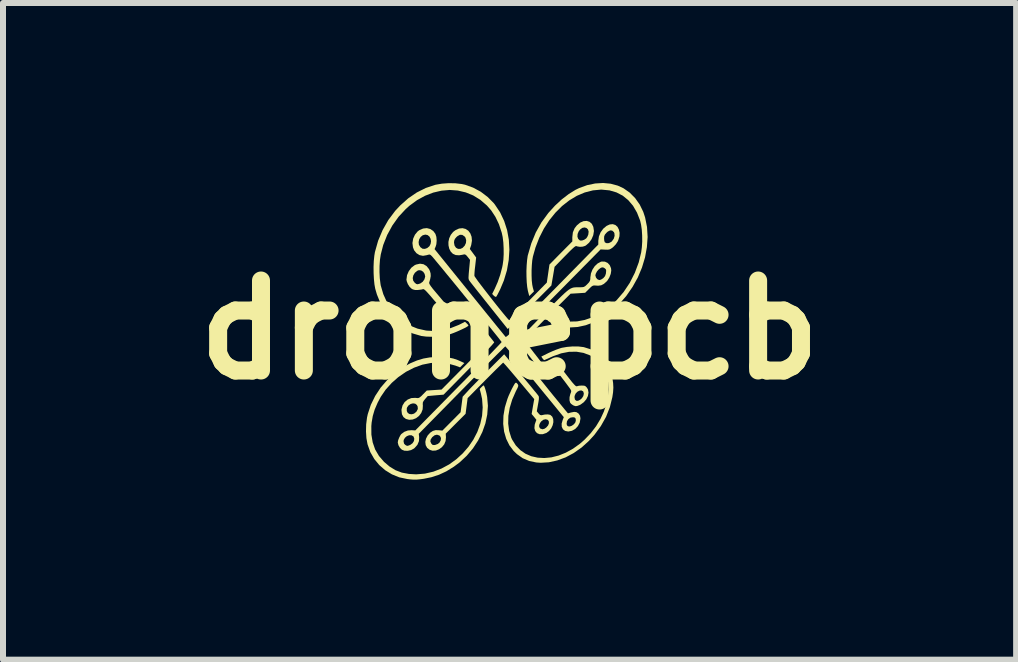
<source format=kicad_pcb>
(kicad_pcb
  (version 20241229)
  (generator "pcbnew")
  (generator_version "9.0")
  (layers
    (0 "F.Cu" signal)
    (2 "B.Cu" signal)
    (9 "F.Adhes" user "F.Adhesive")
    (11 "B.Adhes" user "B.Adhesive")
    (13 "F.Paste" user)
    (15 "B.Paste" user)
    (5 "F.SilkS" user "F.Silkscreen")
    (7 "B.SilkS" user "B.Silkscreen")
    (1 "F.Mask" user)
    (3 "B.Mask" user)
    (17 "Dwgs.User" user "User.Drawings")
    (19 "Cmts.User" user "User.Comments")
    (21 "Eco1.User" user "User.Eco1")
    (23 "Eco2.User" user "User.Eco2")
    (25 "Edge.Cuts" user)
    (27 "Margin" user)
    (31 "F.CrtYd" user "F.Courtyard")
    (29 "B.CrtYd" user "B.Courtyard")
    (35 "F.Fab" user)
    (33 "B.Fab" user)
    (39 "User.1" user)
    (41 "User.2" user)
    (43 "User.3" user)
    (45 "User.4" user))
  (footprint "dronepcb"
    (layer "F.Cu")
    (at 5.443 2.447)
    (property "Reference" "dronepcb" (at 0 0 0) (layer "F.SilkS") (effects (font (size 1.5 1.5) (thickness 0.3))))
    (attr board_only exclude_from_pos_files exclude_from_bom)
    (fp_poly (pts (xy -1.096 0.454) (xy -1.012 0.463) (xy -0.937 0.479) (xy -0.864 0.504) (xy -0.818 0.524) (xy -0.753 0.554) (xy -0.789 0.59) (xy -0.825 0.626) (xy -0.902 0.597) (xy -1.035 0.56) (xy -1.172 0.545) (xy -1.312 0.553) (xy -1.453 0.581) (xy -1.591 0.631) (xy -1.726 0.7) (xy -1.855 0.789) (xy -1.964 0.885) (xy -2.065 0.997) (xy -2.147 1.117) (xy -2.199 1.215) (xy -2.248 1.329) (xy -2.28 1.437) (xy -2.299 1.547) (xy -2.304 1.605) (xy -2.303 1.747) (xy -2.281 1.877) (xy -2.24 1.995) (xy -2.177 2.102) (xy -2.093 2.2) (xy -2.093 2.2) (xy -1.999 2.28) (xy -1.901 2.34) (xy -1.796 2.38) (xy -1.678 2.402) (xy -1.557 2.409) (xy -1.411 2.397) (xy -1.269 2.364) (xy -1.134 2.312) (xy -1.006 2.243) (xy -0.888 2.158) (xy -0.781 2.06) (xy -0.686 1.951) (xy -0.604 1.831) (xy -0.538 1.704) (xy -0.489 1.571) (xy -0.458 1.433) (xy -0.448 1.294) (xy -0.458 1.154) (xy -0.477 1.065) (xy -0.498 0.986) (xy -0.469 0.956) (xy -0.448 0.936) (xy -0.433 0.926) (xy -0.432 0.926) (xy -0.424 0.936) (xy -0.412 0.965) (xy -0.399 1.007) (xy -0.386 1.056) (xy -0.376 1.106) (xy -0.373 1.124) (xy -0.361 1.267) (xy -0.372 1.413) (xy -0.403 1.56) (xy -0.454 1.704) (xy -0.524 1.844) (xy -0.61 1.976) (xy -0.713 2.098) (xy -0.83 2.208) (xy -0.929 2.282) (xy -1.054 2.359) (xy -1.177 2.416) (xy -1.303 2.457) (xy -1.43 2.483) (xy -1.499 2.492) (xy -1.552 2.497) (xy -1.601 2.497) (xy -1.655 2.493) (xy -1.705 2.487) (xy -1.838 2.459) (xy -1.961 2.409) (xy -2.073 2.34) (xy -2.172 2.254) (xy -2.255 2.153) (xy -2.321 2.038) (xy -2.366 1.912) (xy -2.368 1.904) (xy -2.386 1.805) (xy -2.393 1.693) (xy -2.39 1.576) (xy -2.376 1.464) (xy -2.363 1.404) (xy -2.312 1.25) (xy -2.24 1.103) (xy -2.148 0.963) (xy -2.038 0.836) (xy -1.915 0.722) (xy -1.778 0.625) (xy -1.657 0.559) (xy -1.543 0.511) (xy -1.437 0.479) (xy -1.329 0.46) (xy -1.212 0.453) (xy -1.196 0.453)) (stroke (width 0) (type solid)) (fill yes) (layer "F.SilkS"))
    (fp_poly (pts (xy 1.149 0.278) (xy 1.233 0.288) (xy 1.241 0.29) (xy 1.35 0.324) (xy 1.449 0.379) (xy 1.536 0.453) (xy 1.609 0.542) (xy 1.666 0.645) (xy 1.705 0.759) (xy 1.713 0.8) (xy 1.726 0.887) (xy 1.73 0.964) (xy 1.725 1.043) (xy 1.713 1.123) (xy 1.672 1.289) (xy 1.608 1.451) (xy 1.521 1.605) (xy 1.414 1.751) (xy 1.322 1.852) (xy 1.2 1.962) (xy 1.069 2.054) (xy 0.934 2.126) (xy 0.795 2.177) (xy 0.655 2.208) (xy 0.517 2.216) (xy 0.445 2.211) (xy 0.327 2.186) (xy 0.219 2.14) (xy 0.123 2.072) (xy 0.069 2.02) (xy -0.003 1.925) (xy -0.056 1.817) (xy -0.091 1.697) (xy -0.106 1.568) (xy -0.102 1.432) (xy -0.078 1.291) (xy -0.036 1.153) (xy -0.016 1.101) (xy 0.01 1.044) (xy 0.037 0.987) (xy 0.063 0.938) (xy 0.085 0.9) (xy 0.098 0.884) (xy 0.113 0.882) (xy 0.132 0.901) (xy 0.141 0.915) (xy 0.145 0.929) (xy 0.142 0.947) (xy 0.13 0.975) (xy 0.108 1.018) (xy 0.103 1.028) (xy 0.044 1.163) (xy 0.003 1.299) (xy -0.02 1.433) (xy -0.023 1.563) (xy -0.007 1.685) (xy 0.028 1.798) (xy 0.043 1.83) (xy 0.104 1.927) (xy 0.179 2.005) (xy 0.265 2.065) (xy 0.362 2.107) (xy 0.468 2.131) (xy 0.58 2.137) (xy 0.697 2.126) (xy 0.817 2.096) (xy 0.937 2.048) (xy 1.057 1.982) (xy 1.174 1.898) (xy 1.25 1.831) (xy 1.354 1.722) (xy 1.442 1.607) (xy 1.515 1.486) (xy 1.572 1.362) (xy 1.613 1.237) (xy 1.639 1.114) (xy 1.649 0.993) (xy 1.643 0.877) (xy 1.62 0.767) (xy 1.581 0.667) (xy 1.526 0.578) (xy 1.454 0.501) (xy 1.365 0.439) (xy 1.344 0.427) (xy 1.233 0.385) (xy 1.115 0.365) (xy 0.99 0.367) (xy 0.861 0.392) (xy 0.728 0.439) (xy 0.687 0.457) (xy 0.642 0.478) (xy 0.605 0.494) (xy 0.582 0.504) (xy 0.577 0.505) (xy 0.565 0.496) (xy 0.548 0.475) (xy 0.529 0.446) (xy 0.652 0.385) (xy 0.714 0.357) (xy 0.78 0.33) (xy 0.84 0.309) (xy 0.87 0.3) (xy 0.957 0.285) (xy 1.053 0.277)) (stroke (width 0) (type solid)) (fill yes) (layer "F.SilkS"))
    (fp_poly (pts (xy 1.685 -2.435) (xy 1.804 -2.403) (xy 1.899 -2.359) (xy 2.002 -2.287) (xy 2.093 -2.195) (xy 2.169 -2.088) (xy 2.228 -1.967) (xy 2.259 -1.873) (xy 2.291 -1.713) (xy 2.301 -1.547) (xy 2.289 -1.378) (xy 2.258 -1.207) (xy 2.207 -1.038) (xy 2.138 -0.873) (xy 2.05 -0.715) (xy 1.946 -0.565) (xy 1.826 -0.427) (xy 1.787 -0.387) (xy 1.664 -0.282) (xy 1.536 -0.195) (xy 1.403 -0.126) (xy 1.269 -0.076) (xy 1.135 -0.047) (xy 1.005 -0.039) (xy 0.932 -0.044) (xy 0.888 -0.053) (xy 0.837 -0.067) (xy 0.783 -0.084) (xy 0.731 -0.104) (xy 0.686 -0.123) (xy 0.653 -0.14) (xy 0.638 -0.154) (xy 0.637 -0.156) (xy 0.645 -0.169) (xy 0.665 -0.19) (xy 0.67 -0.196) (xy 0.704 -0.228) (xy 0.768 -0.197) (xy 0.88 -0.156) (xy 0.999 -0.137) (xy 1.124 -0.14) (xy 1.251 -0.164) (xy 1.38 -0.208) (xy 1.507 -0.273) (xy 1.632 -0.357) (xy 1.65 -0.371) (xy 1.783 -0.492) (xy 1.902 -0.631) (xy 2.004 -0.784) (xy 2.088 -0.95) (xy 2.153 -1.124) (xy 2.194 -1.292) (xy 2.205 -1.376) (xy 2.211 -1.471) (xy 2.21 -1.57) (xy 2.204 -1.666) (xy 2.192 -1.752) (xy 2.176 -1.821) (xy 2.124 -1.953) (xy 2.058 -2.067) (xy 1.978 -2.161) (xy 1.886 -2.236) (xy 1.782 -2.29) (xy 1.666 -2.324) (xy 1.54 -2.336) (xy 1.527 -2.337) (xy 1.389 -2.324) (xy 1.253 -2.289) (xy 1.121 -2.233) (xy 0.995 -2.157) (xy 0.875 -2.063) (xy 0.764 -1.952) (xy 0.663 -1.827) (xy 0.572 -1.687) (xy 0.495 -1.535) (xy 0.432 -1.372) (xy 0.389 -1.22) (xy 0.378 -1.156) (xy 0.371 -1.077) (xy 0.367 -0.991) (xy 0.367 -0.904) (xy 0.37 -0.822) (xy 0.378 -0.752) (xy 0.387 -0.707) (xy 0.406 -0.639) (xy 0.367 -0.601) (xy 0.328 -0.563) (xy 0.305 -0.651) (xy 0.294 -0.714) (xy 0.286 -0.794) (xy 0.282 -0.886) (xy 0.281 -0.981) (xy 0.285 -1.075) (xy 0.292 -1.161) (xy 0.302 -1.232) (xy 0.305 -1.244) (xy 0.362 -1.44) (xy 0.437 -1.622) (xy 0.531 -1.79) (xy 0.646 -1.947) (xy 0.757 -2.069) (xy 0.869 -2.173) (xy 0.985 -2.262) (xy 1.099 -2.333) (xy 1.161 -2.363) (xy 1.293 -2.411) (xy 1.427 -2.439) (xy 1.559 -2.447)) (stroke (width 0) (type solid)) (fill yes) (layer "F.SilkS"))
    (fp_poly (pts (xy -0.903 -2.442) (xy -0.797 -2.43) (xy -0.742 -2.418) (xy -0.608 -2.37) (xy -0.48 -2.301) (xy -0.364 -2.213) (xy -0.263 -2.111) (xy -0.246 -2.089) (xy -0.158 -1.958) (xy -0.09 -1.814) (xy -0.041 -1.661) (xy -0.012 -1.5) (xy -0.003 -1.333) (xy -0.014 -1.163) (xy -0.044 -0.991) (xy -0.095 -0.821) (xy -0.155 -0.678) (xy -0.18 -0.628) (xy -0.201 -0.587) (xy -0.217 -0.559) (xy -0.225 -0.549) (xy -0.241 -0.552) (xy -0.262 -0.568) (xy -0.264 -0.57) (xy -0.29 -0.598) (xy -0.247 -0.684) (xy -0.198 -0.795) (xy -0.155 -0.919) (xy -0.122 -1.046) (xy -0.114 -1.088) (xy -0.103 -1.168) (xy -0.098 -1.262) (xy -0.099 -1.361) (xy -0.104 -1.458) (xy -0.115 -1.547) (xy -0.13 -1.617) (xy -0.177 -1.76) (xy -0.236 -1.883) (xy -0.307 -1.991) (xy -0.378 -2.072) (xy -0.487 -2.166) (xy -0.605 -2.239) (xy -0.73 -2.29) (xy -0.862 -2.321) (xy -0.997 -2.331) (xy -1.135 -2.319) (xy -1.272 -2.287) (xy -1.409 -2.234) (xy -1.542 -2.161) (xy -1.67 -2.067) (xy -1.73 -2.013) (xy -1.85 -1.884) (xy -1.954 -1.738) (xy -2.04 -1.58) (xy -2.106 -1.413) (xy -2.147 -1.254) (xy -2.16 -1.167) (xy -2.167 -1.067) (xy -2.168 -0.962) (xy -2.163 -0.86) (xy -2.152 -0.77) (xy -2.147 -0.739) (xy -2.104 -0.593) (xy -2.042 -0.456) (xy -1.963 -0.33) (xy -1.881 -0.235) (xy -1.775 -0.142) (xy -1.659 -0.07) (xy -1.532 -0.019) (xy -1.393 0.012) (xy -1.374 0.014) (xy -1.248 0.02) (xy -1.115 0.005) (xy -0.98 -0.029) (xy -0.848 -0.081) (xy -0.825 -0.092) (xy -0.743 -0.134) (xy -0.714 -0.107) (xy -0.694 -0.086) (xy -0.685 -0.071) (xy -0.685 -0.07) (xy -0.696 -0.06) (xy -0.724 -0.042) (xy -0.766 -0.021) (xy -0.817 0.003) (xy -0.873 0.028) (xy -0.929 0.051) (xy -0.981 0.07) (xy -1.024 0.084) (xy -1.028 0.085) (xy -1.111 0.101) (xy -1.205 0.112) (xy -1.301 0.116) (xy -1.391 0.113) (xy -1.468 0.103) (xy -1.47 0.103) (xy -1.616 0.06) (xy -1.75 -0.002) (xy -1.871 -0.085) (xy -1.979 -0.186) (xy -2.072 -0.304) (xy -2.15 -0.439) (xy -2.211 -0.589) (xy -2.239 -0.685) (xy -2.252 -0.757) (xy -2.261 -0.846) (xy -2.266 -0.945) (xy -2.267 -1.047) (xy -2.263 -1.146) (xy -2.254 -1.235) (xy -2.244 -1.296) (xy -2.191 -1.484) (xy -2.116 -1.662) (xy -2.022 -1.828) (xy -1.907 -1.982) (xy -1.821 -2.074) (xy -1.688 -2.192) (xy -1.546 -2.289) (xy -1.396 -2.364) (xy -1.239 -2.416) (xy -1.231 -2.418) (xy -1.128 -2.436) (xy -1.016 -2.444)) (stroke (width 0) (type solid)) (fill yes) (layer "F.SilkS"))
    (fp_poly (pts (xy 0.187 0.741) (xy 0.251 0.819) (xy 0.311 0.891) (xy 0.365 0.956) (xy 0.41 1.012) (xy 0.446 1.055) (xy 0.47 1.085) (xy 0.479 1.097) (xy 0.487 1.111) (xy 0.489 1.131) (xy 0.488 1.16) (xy 0.481 1.206) (xy 0.475 1.239) (xy 0.454 1.358) (xy 0.483 1.394) (xy 0.508 1.419) (xy 0.531 1.424) (xy 0.535 1.423) (xy 0.589 1.412) (xy 0.638 1.41) (xy 0.676 1.417) (xy 0.68 1.419) (xy 0.712 1.448) (xy 0.728 1.49) (xy 0.73 1.54) (xy 0.718 1.592) (xy 0.694 1.643) (xy 0.658 1.687) (xy 0.614 1.719) (xy 0.553 1.74) (xy 0.5 1.74) (xy 0.457 1.722) (xy 0.428 1.688) (xy 0.414 1.64) (xy 0.416 1.618) (xy 0.494 1.618) (xy 0.509 1.643) (xy 0.514 1.646) (xy 0.548 1.658) (xy 0.582 1.649) (xy 0.611 1.629) (xy 0.642 1.594) (xy 0.656 1.558) (xy 0.654 1.525) (xy 0.637 1.501) (xy 0.604 1.491) (xy 0.6 1.491) (xy 0.564 1.499) (xy 0.532 1.522) (xy 0.508 1.553) (xy 0.494 1.587) (xy 0.494 1.618) (xy 0.416 1.618) (xy 0.419 1.582) (xy 0.426 1.559) (xy 0.447 1.5) (xy 0.408 1.451) (xy 0.368 1.403) (xy 0.389 1.279) (xy 0.411 1.155) (xy 0.156 0.851) (xy 0.095 0.778) (xy 0.039 0.712) (xy -0.011 0.653) (xy -0.052 0.606) (xy -0.083 0.571) (xy -0.102 0.551) (xy -0.106 0.547) (xy -0.116 0.555) (xy -0.141 0.579) (xy -0.179 0.616) (xy -0.228 0.664) (xy -0.285 0.721) (xy -0.35 0.786) (xy -0.407 0.843) (xy -0.699 1.139) (xy -0.716 1.27) (xy -0.733 1.4) (xy -0.899 1.566) (xy -1.064 1.731) (xy -1.06 1.791) (xy -1.066 1.853) (xy -1.089 1.909) (xy -1.127 1.956) (xy -1.175 1.991) (xy -1.228 2.012) (xy -1.284 2.015) (xy -1.332 2) (xy -1.374 1.967) (xy -1.398 1.922) (xy -1.404 1.87) (xy -1.403 1.862) (xy -1.32 1.862) (xy -1.304 1.897) (xy -1.303 1.898) (xy -1.285 1.917) (xy -1.261 1.921) (xy -1.24 1.919) (xy -1.197 1.903) (xy -1.169 1.881) (xy -1.147 1.842) (xy -1.143 1.804) (xy -1.159 1.771) (xy -1.171 1.761) (xy -1.21 1.748) (xy -1.25 1.758) (xy -1.29 1.79) (xy -1.292 1.793) (xy -1.316 1.83) (xy -1.32 1.862) (xy -1.403 1.862) (xy -1.393 1.815) (xy -1.365 1.761) (xy -1.322 1.714) (xy -1.278 1.685) (xy -1.232 1.672) (xy -1.174 1.674) (xy -1.173 1.674) (xy -1.12 1.68) (xy -0.968 1.527) (xy -0.816 1.374) (xy -0.799 1.245) (xy -0.782 1.115) (xy -0.698 1.024) (xy -0.668 0.991) (xy -0.624 0.945) (xy -0.568 0.888) (xy -0.505 0.824) (xy -0.437 0.755) (xy -0.367 0.684) (xy -0.352 0.67) (xy -0.09 0.408)) (stroke (width 0) (type solid)) (fill yes) (layer "F.SilkS"))
    (fp_poly (pts (xy 1.333 -1.8) (xy 1.371 -1.767) (xy 1.396 -1.716) (xy 1.406 -1.65) (xy 1.406 -1.644) (xy 1.395 -1.577) (xy 1.367 -1.511) (xy 1.325 -1.452) (xy 1.273 -1.407) (xy 1.26 -1.399) (xy 1.219 -1.386) (xy 1.171 -1.383) (xy 1.129 -1.39) (xy 1.118 -1.394) (xy 1.109 -1.396) (xy 1.095 -1.391) (xy 1.076 -1.377) (xy 1.048 -1.352) (xy 1.009 -1.315) (xy 0.958 -1.263) (xy 0.923 -1.228) (xy 0.75 -1.05) (xy 0.724 -0.895) (xy 0.697 -0.739) (xy 0.333 -0.376) (xy -0.03 -0.013) (xy -0.337 -0.398) (xy -0.404 -0.482) (xy -0.467 -0.562) (xy -0.525 -0.634) (xy -0.575 -0.697) (xy -0.616 -0.749) (xy -0.646 -0.787) (xy -0.663 -0.81) (xy -0.666 -0.813) (xy -0.675 -0.827) (xy -0.681 -0.842) (xy -0.684 -0.863) (xy -0.683 -0.894) (xy -0.68 -0.94) (xy -0.674 -1.005) (xy -0.674 -1.005) (xy -0.659 -1.165) (xy -0.698 -1.215) (xy -0.724 -1.245) (xy -0.744 -1.257) (xy -0.762 -1.256) (xy -0.79 -1.25) (xy -0.828 -1.244) (xy -0.841 -1.242) (xy -0.898 -1.246) (xy -0.945 -1.267) (xy -0.981 -1.304) (xy -1.005 -1.351) (xy -1.018 -1.407) (xy -1.019 -1.453) (xy -0.926 -1.453) (xy -0.917 -1.404) (xy -0.893 -1.368) (xy -0.859 -1.349) (xy -0.819 -1.349) (xy -0.784 -1.365) (xy -0.748 -1.402) (xy -0.727 -1.447) (xy -0.723 -1.495) (xy -0.736 -1.538) (xy -0.751 -1.557) (xy -0.788 -1.582) (xy -0.827 -1.584) (xy -0.868 -1.561) (xy -0.885 -1.546) (xy -0.911 -1.515) (xy -0.923 -1.485) (xy -0.926 -1.453) (xy -1.019 -1.453) (xy -1.019 -1.466) (xy -1.006 -1.526) (xy -0.98 -1.582) (xy -0.941 -1.631) (xy -0.903 -1.66) (xy -0.842 -1.688) (xy -0.784 -1.694) (xy -0.732 -1.681) (xy -0.687 -1.651) (xy -0.654 -1.607) (xy -0.633 -1.551) (xy -0.627 -1.486) (xy -0.639 -1.414) (xy -0.643 -1.401) (xy -0.662 -1.347) (xy -0.609 -1.276) (xy -0.557 -1.205) (xy -0.573 -1.062) (xy -0.58 -1.005) (xy -0.584 -0.954) (xy -0.586 -0.917) (xy -0.586 -0.898) (xy -0.578 -0.884) (xy -0.557 -0.854) (xy -0.526 -0.81) (xy -0.485 -0.756) (xy -0.437 -0.693) (xy -0.384 -0.625) (xy -0.328 -0.553) (xy -0.271 -0.48) (xy -0.215 -0.409) (xy -0.162 -0.343) (xy -0.113 -0.283) (xy -0.071 -0.232) (xy -0.038 -0.193) (xy -0.015 -0.168) (xy -0.005 -0.16) (xy 0.006 -0.169) (xy 0.031 -0.193) (xy 0.07 -0.23) (xy 0.12 -0.279) (xy 0.178 -0.338) (xy 0.244 -0.404) (xy 0.314 -0.475) (xy 0.621 -0.787) (xy 0.643 -0.938) (xy 0.665 -1.088) (xy 0.855 -1.281) (xy 1.046 -1.473) (xy 1.046 -1.543) (xy 1.047 -1.552) (xy 1.131 -1.552) (xy 1.144 -1.515) (xy 1.17 -1.491) (xy 1.178 -1.488) (xy 1.208 -1.488) (xy 1.244 -1.501) (xy 1.277 -1.523) (xy 1.295 -1.548) (xy 1.31 -1.582) (xy 1.312 -1.587) (xy 1.318 -1.636) (xy 1.307 -1.673) (xy 1.282 -1.697) (xy 1.25 -1.706) (xy 1.213 -1.699) (xy 1.177 -1.673) (xy 1.153 -1.643) (xy 1.134 -1.597) (xy 1.131 -1.552) (xy 1.047 -1.552) (xy 1.055 -1.624) (xy 1.084 -1.692) (xy 1.122 -1.741) (xy 1.177 -1.787) (xy 1.233 -1.811) (xy 1.286 -1.815)) (stroke (width 0) (type solid)) (fill yes) (layer "F.SilkS"))
    (fp_poly (pts (xy -1.434 -1.093) (xy -1.383 -1.062) (xy -1.343 -1.012) (xy -1.327 -0.978) (xy -1.316 -0.938) (xy -1.314 -0.895) (xy -1.323 -0.845) (xy -1.34 -0.787) (xy -1.339 -0.774) (xy -1.33 -0.754) (xy -1.31 -0.724) (xy -1.278 -0.682) (xy -1.231 -0.626) (xy -1.209 -0.6) (xy -1.071 -0.437) (xy -0.929 -0.441) (xy -0.787 -0.446) (xy -0.523 -0.124) (xy -0.461 -0.049) (xy -0.404 0.022) (xy -0.353 0.084) (xy -0.312 0.136) (xy -0.28 0.176) (xy -0.261 0.201) (xy -0.256 0.21) (xy -0.264 0.22) (xy -0.287 0.247) (xy -0.323 0.287) (xy -0.372 0.338) (xy -0.432 0.401) (xy -0.5 0.472) (xy -0.576 0.55) (xy -0.658 0.633) (xy -0.677 0.651) (xy -1.1 1.081) (xy -1.232 1.092) (xy -1.364 1.104) (xy -1.408 1.154) (xy -1.433 1.186) (xy -1.445 1.21) (xy -1.447 1.239) (xy -1.445 1.262) (xy -1.449 1.327) (xy -1.472 1.386) (xy -1.509 1.435) (xy -1.558 1.473) (xy -1.614 1.495) (xy -1.673 1.5) (xy -1.727 1.486) (xy -1.769 1.454) (xy -1.794 1.407) (xy -1.8 1.353) (xy -1.713 1.353) (xy -1.697 1.385) (xy -1.668 1.404) (xy -1.631 1.408) (xy -1.592 1.397) (xy -1.556 1.368) (xy -1.551 1.362) (xy -1.529 1.32) (xy -1.532 1.278) (xy -1.545 1.253) (xy -1.573 1.231) (xy -1.61 1.226) (xy -1.648 1.236) (xy -1.683 1.259) (xy -1.707 1.292) (xy -1.713 1.31) (xy -1.713 1.353) (xy -1.8 1.353) (xy -1.801 1.344) (xy -1.801 1.327) (xy -1.784 1.261) (xy -1.749 1.205) (xy -1.699 1.163) (xy -1.638 1.138) (xy -1.571 1.134) (xy -1.564 1.135) (xy -1.535 1.138) (xy -1.513 1.135) (xy -1.494 1.124) (xy -1.468 1.102) (xy -1.444 1.077) (xy -1.38 1.012) (xy -1.257 1.004) (xy -1.134 0.996) (xy -0.858 0.717) (xy -0.786 0.644) (xy -0.713 0.57) (xy -0.644 0.5) (xy -0.581 0.436) (xy -0.528 0.382) (xy -0.487 0.34) (xy -0.477 0.33) (xy -0.371 0.221) (xy -0.602 -0.055) (xy -0.66 -0.124) (xy -0.713 -0.188) (xy -0.759 -0.243) (xy -0.796 -0.287) (xy -0.822 -0.318) (xy -0.836 -0.334) (xy -0.837 -0.336) (xy -0.851 -0.338) (xy -0.882 -0.339) (xy -0.925 -0.339) (xy -0.973 -0.337) (xy -1.02 -0.335) (xy -1.06 -0.333) (xy -1.086 -0.33) (xy -1.089 -0.329) (xy -1.101 -0.33) (xy -1.116 -0.339) (xy -1.137 -0.357) (xy -1.167 -0.388) (xy -1.207 -0.434) (xy -1.26 -0.496) (xy -1.268 -0.505) (xy -1.323 -0.57) (xy -1.366 -0.618) (xy -1.397 -0.651) (xy -1.419 -0.67) (xy -1.434 -0.678) (xy -1.441 -0.678) (xy -1.464 -0.672) (xy -1.5 -0.667) (xy -1.527 -0.664) (xy -1.575 -0.664) (xy -1.611 -0.673) (xy -1.633 -0.685) (xy -1.666 -0.716) (xy -1.695 -0.761) (xy -1.714 -0.81) (xy -1.719 -0.839) (xy -1.715 -0.862) (xy -1.614 -0.862) (xy -1.606 -0.819) (xy -1.581 -0.785) (xy -1.556 -0.765) (xy -1.536 -0.759) (xy -1.51 -0.765) (xy -1.485 -0.774) (xy -1.447 -0.801) (xy -1.419 -0.841) (xy -1.407 -0.885) (xy -1.406 -0.888) (xy -1.416 -0.932) (xy -1.439 -0.967) (xy -1.473 -0.989) (xy -1.51 -0.994) (xy -1.536 -0.985) (xy -1.578 -0.951) (xy -1.604 -0.908) (xy -1.614 -0.862) (xy -1.715 -0.862) (xy -1.709 -0.91) (xy -1.68 -0.977) (xy -1.637 -1.035) (xy -1.582 -1.077) (xy -1.557 -1.088) (xy -1.493 -1.102)) (stroke (width 0) (type solid)) (fill yes) (layer "F.SilkS"))
    (fp_poly (pts (xy 1.589 -1.136) (xy 1.635 -1.115) (xy 1.67 -1.077) (xy 1.691 -1.026) (xy 1.695 -0.988) (xy 1.686 -0.931) (xy 1.662 -0.87) (xy 1.629 -0.818) (xy 1.619 -0.807) (xy 1.572 -0.765) (xy 1.527 -0.742) (xy 1.476 -0.735) (xy 1.448 -0.737) (xy 1.415 -0.739) (xy 1.393 -0.737) (xy 1.372 -0.726) (xy 1.347 -0.704) (xy 1.323 -0.68) (xy 1.26 -0.617) (xy 1.139 -0.609) (xy 1.017 -0.602) (xy 0.634 -0.22) (xy 0.555 -0.141) (xy 0.482 -0.066) (xy 0.416 0.002) (xy 0.359 0.061) (xy 0.313 0.11) (xy 0.279 0.147) (xy 0.26 0.17) (xy 0.255 0.178) (xy 0.263 0.191) (xy 0.284 0.221) (xy 0.316 0.264) (xy 0.357 0.318) (xy 0.404 0.38) (xy 0.451 0.44) (xy 0.643 0.687) (xy 0.765 0.68) (xy 0.887 0.673) (xy 0.994 0.811) (xy 1.041 0.871) (xy 1.077 0.912) (xy 1.102 0.936) (xy 1.117 0.942) (xy 1.118 0.942) (xy 1.157 0.932) (xy 1.202 0.929) (xy 1.242 0.931) (xy 1.261 0.937) (xy 1.284 0.958) (xy 1.304 0.989) (xy 1.306 0.994) (xy 1.316 1.046) (xy 1.306 1.103) (xy 1.279 1.158) (xy 1.237 1.207) (xy 1.184 1.246) (xy 1.163 1.256) (xy 1.125 1.27) (xy 1.098 1.272) (xy 1.07 1.263) (xy 1.055 1.255) (xy 1.027 1.235) (xy 1.01 1.215) (xy 0.999 1.175) (xy 1 1.124) (xy 1 1.122) (xy 1.082 1.122) (xy 1.089 1.161) (xy 1.11 1.182) (xy 1.14 1.184) (xy 1.176 1.166) (xy 1.205 1.141) (xy 1.229 1.104) (xy 1.238 1.065) (xy 1.23 1.033) (xy 1.224 1.024) (xy 1.195 1.01) (xy 1.162 1.015) (xy 1.129 1.033) (xy 1.101 1.063) (xy 1.085 1.1) (xy 1.082 1.122) (xy 1 1.122) (xy 1.012 1.073) (xy 1.016 1.062) (xy 1.023 1.044) (xy 1.027 1.029) (xy 1.026 1.014) (xy 1.017 0.995) (xy 0.998 0.967) (xy 0.969 0.928) (xy 0.932 0.878) (xy 0.847 0.767) (xy 0.726 0.775) (xy 0.604 0.783) (xy 0.372 0.492) (xy 0.315 0.42) (xy 0.263 0.353) (xy 0.217 0.294) (xy 0.181 0.246) (xy 0.155 0.21) (xy 0.141 0.19) (xy 0.14 0.187) (xy 0.148 0.175) (xy 0.171 0.149) (xy 0.208 0.109) (xy 0.257 0.056) (xy 0.317 -0.006) (xy 0.386 -0.077) (xy 0.462 -0.155) (xy 0.544 -0.239) (xy 0.564 -0.259) (xy 0.661 -0.357) (xy 0.744 -0.441) (xy 0.812 -0.509) (xy 0.869 -0.565) (xy 0.917 -0.61) (xy 0.956 -0.644) (xy 0.988 -0.669) (xy 1.017 -0.687) (xy 1.042 -0.698) (xy 1.067 -0.705) (xy 1.092 -0.708) (xy 1.12 -0.709) (xy 1.153 -0.709) (xy 1.167 -0.709) (xy 1.21 -0.71) (xy 1.238 -0.715) (xy 1.261 -0.728) (xy 1.287 -0.752) (xy 1.296 -0.761) (xy 1.325 -0.792) (xy 1.34 -0.818) (xy 1.346 -0.846) (xy 1.346 -0.872) (xy 1.352 -0.908) (xy 1.43 -0.908) (xy 1.44 -0.872) (xy 1.462 -0.844) (xy 1.492 -0.83) (xy 1.497 -0.829) (xy 1.525 -0.837) (xy 1.556 -0.857) (xy 1.564 -0.863) (xy 1.591 -0.895) (xy 1.605 -0.934) (xy 1.607 -0.952) (xy 1.61 -0.987) (xy 1.605 -1.008) (xy 1.589 -1.023) (xy 1.583 -1.028) (xy 1.557 -1.041) (xy 1.533 -1.038) (xy 1.519 -1.032) (xy 1.487 -1.008) (xy 1.457 -0.973) (xy 1.437 -0.935) (xy 1.43 -0.908) (xy 1.352 -0.908) (xy 1.356 -0.939) (xy 1.382 -1.004) (xy 1.42 -1.061) (xy 1.468 -1.106) (xy 1.521 -1.134) (xy 1.537 -1.138)) (stroke (width 0) (type solid)) (fill yes) (layer "F.SilkS"))
    (fp_poly (pts (xy 1.764 -1.747) (xy 1.799 -1.716) (xy 1.822 -1.671) (xy 1.834 -1.617) (xy 1.831 -1.557) (xy 1.812 -1.494) (xy 1.802 -1.472) (xy 1.772 -1.426) (xy 1.732 -1.384) (xy 1.719 -1.372) (xy 1.687 -1.35) (xy 1.661 -1.338) (xy 1.63 -1.335) (xy 1.592 -1.336) (xy 1.518 -1.34) (xy 0.765 -0.578) (xy 0.653 -0.465) (xy 0.547 -0.357) (xy 0.447 -0.255) (xy 0.354 -0.16) (xy 0.27 -0.073) (xy 0.196 0.003) (xy 0.133 0.069) (xy 0.082 0.123) (xy 0.045 0.164) (xy 0.022 0.19) (xy 0.015 0.199) (xy 0.022 0.211) (xy 0.044 0.239) (xy 0.077 0.282) (xy 0.121 0.337) (xy 0.174 0.404) (xy 0.234 0.48) (xy 0.301 0.562) (xy 0.371 0.65) (xy 0.444 0.742) (xy 0.519 0.834) (xy 0.593 0.926) (xy 0.665 1.016) (xy 0.734 1.101) (xy 0.798 1.179) (xy 0.855 1.249) (xy 0.904 1.309) (xy 0.916 1.324) (xy 0.973 1.392) (xy 1.024 1.378) (xy 1.076 1.368) (xy 1.114 1.372) (xy 1.146 1.392) (xy 1.154 1.401) (xy 1.174 1.432) (xy 1.181 1.472) (xy 1.181 1.483) (xy 1.169 1.548) (xy 1.139 1.605) (xy 1.095 1.652) (xy 1.04 1.683) (xy 0.979 1.695) (xy 0.977 1.695) (xy 0.926 1.685) (xy 0.89 1.658) (xy 0.87 1.617) (xy 0.868 1.567) (xy 0.951 1.567) (xy 0.957 1.592) (xy 0.974 1.608) (xy 1.004 1.611) (xy 1.038 1.599) (xy 1.071 1.575) (xy 1.072 1.575) (xy 1.096 1.544) (xy 1.104 1.515) (xy 1.104 1.5) (xy 1.098 1.473) (xy 1.083 1.461) (xy 1.059 1.457) (xy 1.016 1.463) (xy 0.98 1.488) (xy 0.957 1.524) (xy 0.951 1.567) (xy 0.868 1.567) (xy 0.868 1.564) (xy 0.885 1.504) (xy 0.904 1.456) (xy 0.421 0.866) (xy 0.336 0.763) (xy 0.257 0.666) (xy 0.182 0.576) (xy 0.115 0.495) (xy 0.056 0.424) (xy 0.007 0.366) (xy -0.032 0.32) (xy -0.058 0.29) (xy -0.07 0.277) (xy -0.071 0.276) (xy -0.081 0.285) (xy -0.106 0.309) (xy -0.145 0.348) (xy -0.198 0.4) (xy -0.263 0.465) (xy -0.338 0.54) (xy -0.422 0.626) (xy -0.515 0.719) (xy -0.615 0.82) (xy -0.72 0.927) (xy -0.797 1.005) (xy -1.513 1.733) (xy -1.507 1.79) (xy -1.51 1.855) (xy -1.536 1.917) (xy -1.583 1.97) (xy -1.594 1.979) (xy -1.642 2.005) (xy -1.698 2.017) (xy -1.752 2.015) (xy -1.794 1.999) (xy -1.827 1.967) (xy -1.852 1.924) (xy -1.863 1.879) (xy -1.863 1.876) (xy -1.86 1.858) (xy -1.767 1.858) (xy -1.759 1.896) (xy -1.74 1.917) (xy -1.717 1.931) (xy -1.698 1.934) (xy -1.672 1.925) (xy -1.653 1.917) (xy -1.617 1.89) (xy -1.594 1.854) (xy -1.588 1.816) (xy -1.599 1.782) (xy -1.606 1.774) (xy -1.637 1.757) (xy -1.675 1.758) (xy -1.713 1.773) (xy -1.744 1.8) (xy -1.764 1.835) (xy -1.767 1.858) (xy -1.86 1.858) (xy -1.857 1.841) (xy -1.84 1.797) (xy -1.819 1.757) (xy -1.806 1.739) (xy -1.756 1.701) (xy -1.695 1.678) (xy -1.632 1.673) (xy -1.571 1.677) (xy -0.852 0.946) (xy -0.743 0.836) (xy -0.64 0.73) (xy -0.542 0.63) (xy -0.452 0.538) (xy -0.371 0.455) (xy -0.299 0.381) (xy -0.239 0.318) (xy -0.191 0.268) (xy -0.156 0.231) (xy -0.137 0.21) (xy -0.132 0.204) (xy -0.14 0.193) (xy -0.161 0.166) (xy -0.194 0.123) (xy -0.239 0.067) (xy -0.293 -0.000139) (xy -0.355 -0.078) (xy -0.424 -0.163) (xy -0.499 -0.255) (xy -0.577 -0.351) (xy -0.657 -0.45) (xy -0.739 -0.551) (xy -0.82 -0.651) (xy -0.899 -0.748) (xy -0.975 -0.841) (xy -1.047 -0.928) (xy -1.112 -1.008) (xy -1.17 -1.078) (xy -1.219 -1.137) (xy -1.257 -1.183) (xy -1.284 -1.215) (xy -1.297 -1.229) (xy -1.317 -1.248) (xy -1.334 -1.255) (xy -1.357 -1.251) (xy -1.38 -1.244) (xy -1.443 -1.233) (xy -1.501 -1.245) (xy -1.552 -1.277) (xy -1.591 -1.326) (xy -1.61 -1.375) (xy -1.619 -1.447) (xy -1.616 -1.463) (xy -1.516 -1.463) (xy -1.511 -1.418) (xy -1.487 -1.378) (xy -1.485 -1.376) (xy -1.45 -1.351) (xy -1.411 -1.349) (xy -1.372 -1.363) (xy -1.336 -1.393) (xy -1.316 -1.432) (xy -1.309 -1.475) (xy -1.316 -1.517) (xy -1.335 -1.554) (xy -1.366 -1.579) (xy -1.404 -1.587) (xy -1.447 -1.576) (xy -1.482 -1.548) (xy -1.506 -1.509) (xy -1.516 -1.463) (xy -1.616 -1.463) (xy -1.607 -1.519) (xy -1.577 -1.585) (xy -1.532 -1.64) (xy -1.505 -1.66) (xy -1.441 -1.688) (xy -1.379 -1.695) (xy -1.321 -1.68) (xy -1.271 -1.646) (xy -1.236 -1.599) (xy -1.22 -1.549) (xy -1.215 -1.488) (xy -1.22 -1.427) (xy -1.232 -1.387) (xy -1.25 -1.345) (xy -0.665 -0.621) (xy -0.572 -0.506) (xy -0.483 -0.396) (xy -0.4 -0.293) (xy -0.323 -0.199) (xy -0.254 -0.113) (xy -0.194 -0.039) (xy -0.144 0.022) (xy -0.105 0.07) (xy -0.079 0.102) (xy -0.067 0.117) (xy -0.066 0.118) (xy -0.061 0.118) (xy -0.049 0.111) (xy -0.031 0.097) (xy -0.005 0.074) (xy 0.029 0.042) (xy 0.073 0.000177) (xy 0.128 -0.053) (xy 0.194 -0.118) (xy 0.272 -0.197) (xy 0.363 -0.288) (xy 0.469 -0.395) (xy 0.589 -0.517) (xy 0.714 -0.643) (xy 1.479 -1.421) (xy 1.479 -1.483) (xy 1.485 -1.524) (xy 1.575 -1.524) (xy 1.578 -1.488) (xy 1.586 -1.462) (xy 1.589 -1.457) (xy 1.619 -1.443) (xy 1.656 -1.446) (xy 1.694 -1.465) (xy 1.707 -1.477) (xy 1.737 -1.519) (xy 1.751 -1.567) (xy 1.747 -1.611) (xy 1.738 -1.629) (xy 1.71 -1.654) (xy 1.676 -1.657) (xy 1.637 -1.637) (xy 1.616 -1.618) (xy 1.589 -1.587) (xy 1.577 -1.558) (xy 1.575 -1.524) (xy 1.485 -1.524) (xy 1.489 -1.556) (xy 1.518 -1.626) (xy 1.562 -1.686) (xy 1.617 -1.732) (xy 1.669 -1.756) (xy 1.72 -1.761)) (stroke (width 0) (type solid)) (fill yes) (layer "F.SilkS")))
  (gr_rect
    (start -3 -3)
    (end 13.886 7.945)
    (stroke (width 0.1) (type default))
    (fill no)
    (layer "Edge.Cuts")))
</source>
